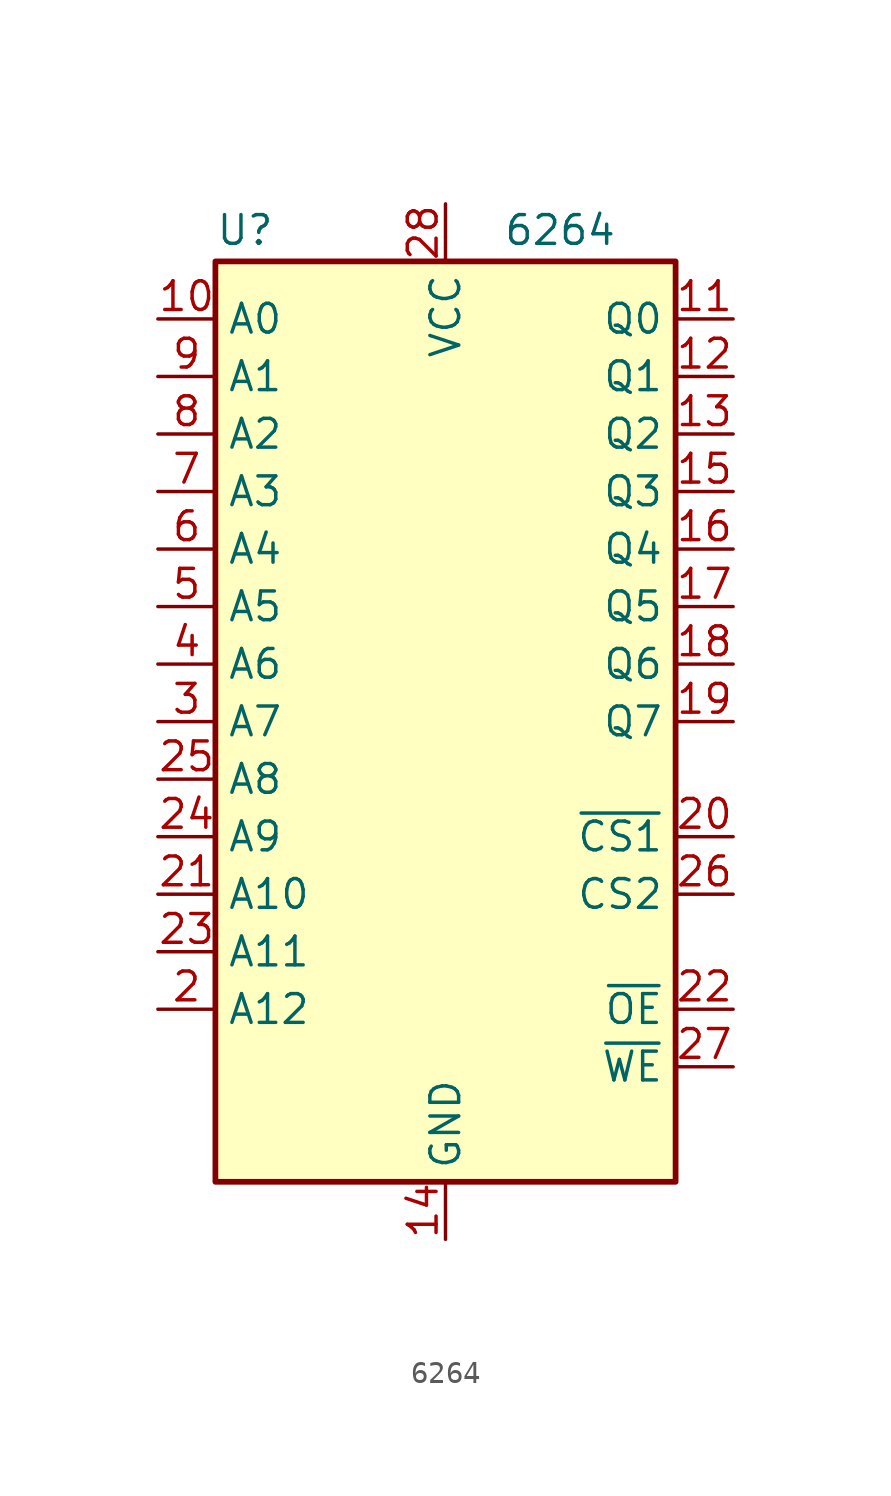
<source format=kicad_sym>
(kicad_symbol_lib
  (version 20211014)
  (generator kicad_symbol_editor)
  (symbol "6264"
    (property "Reference" "U"
      (at -10.16 20.955 0)
      (effects (font (size 1.27 1.27)) (justify left bottom)))
    (property "Value" "6264"
      (at 2.54 20.955 0)
      (effects (font (size 1.27 1.27)) (justify left bottom)))
    (symbol "6264_0_0"
      (pin power_in line (at 0 -22.86 90) (length 2.54) (name "GND" (effects (font (size 1.27 1.27)))) (number "14" (effects (font (size 1.27 1.27)))))
      (pin power_in line (at 0 22.86 270) (length 2.54) (name "VCC" (effects (font (size 1.27 1.27)))) (number "28" (effects (font (size 1.27 1.27))))))
    (symbol "6264_0_1"
      (rectangle (start -10.16 20.32) (end 10.16 -20.32) (stroke (width 0.254) (type default) (color 0 0 0 0)) (fill (type background))))
    (symbol "6264_1_1"
      (pin no_connect line (at -12.7 -17.78 0) (length 2.54) hide (name "NC" (effects (font (size 1.27 1.27)))) (number "1" (effects (font (size 1.27 1.27)))))
      (pin input line (at -12.7 17.78 0) (length 2.54) (name "A0" (effects (font (size 1.27 1.27)))) (number "10" (effects (font (size 1.27 1.27)))))
      (pin tri_state line (at 12.7 17.78 180) (length 2.54) (name "Q0" (effects (font (size 1.27 1.27)))) (number "11" (effects (font (size 1.27 1.27)))))
      (pin tri_state line (at 12.7 15.24 180) (length 2.54) (name "Q1" (effects (font (size 1.27 1.27)))) (number "12" (effects (font (size 1.27 1.27)))))
      (pin tri_state line (at 12.7 12.7 180) (length 2.54) (name "Q2" (effects (font (size 1.27 1.27)))) (number "13" (effects (font (size 1.27 1.27)))))
      (pin tri_state line (at 12.7 10.16 180) (length 2.54) (name "Q3" (effects (font (size 1.27 1.27)))) (number "15" (effects (font (size 1.27 1.27)))))
      (pin tri_state line (at 12.7 7.62 180) (length 2.54) (name "Q4" (effects (font (size 1.27 1.27)))) (number "16" (effects (font (size 1.27 1.27)))))
      (pin tri_state line (at 12.7 5.08 180) (length 2.54) (name "Q5" (effects (font (size 1.27 1.27)))) (number "17" (effects (font (size 1.27 1.27)))))
      (pin tri_state line (at 12.7 2.54 180) (length 2.54) (name "Q6" (effects (font (size 1.27 1.27)))) (number "18" (effects (font (size 1.27 1.27)))))
      (pin tri_state line (at 12.7 0 180) (length 2.54) (name "Q7" (effects (font (size 1.27 1.27)))) (number "19" (effects (font (size 1.27 1.27)))))
      (pin input line (at -12.7 -12.7 0) (length 2.54) (name "A12" (effects (font (size 1.27 1.27)))) (number "2" (effects (font (size 1.27 1.27)))))
      (pin input line (at 12.7 -5.08 180) (length 2.54) (name "~{CS1}" (effects (font (size 1.27 1.27)))) (number "20" (effects (font (size 1.27 1.27)))))
      (pin input line (at -12.7 -7.62 0) (length 2.54) (name "A10" (effects (font (size 1.27 1.27)))) (number "21" (effects (font (size 1.27 1.27)))))
      (pin input line (at 12.7 -12.7 180) (length 2.54) (name "~{OE}" (effects (font (size 1.27 1.27)))) (number "22" (effects (font (size 1.27 1.27)))))
      (pin input line (at -12.7 -10.16 0) (length 2.54) (name "A11" (effects (font (size 1.27 1.27)))) (number "23" (effects (font (size 1.27 1.27)))))
      (pin input line (at -12.7 -5.08 0) (length 2.54) (name "A9" (effects (font (size 1.27 1.27)))) (number "24" (effects (font (size 1.27 1.27)))))
      (pin input line (at -12.7 -2.54 0) (length 2.54) (name "A8" (effects (font (size 1.27 1.27)))) (number "25" (effects (font (size 1.27 1.27)))))
      (pin input line (at 12.7 -7.62 180) (length 2.54) (name "CS2" (effects (font (size 1.27 1.27)))) (number "26" (effects (font (size 1.27 1.27)))))
      (pin input line (at 12.7 -15.24 180) (length 2.54) (name "~{WE}" (effects (font (size 1.27 1.27)))) (number "27" (effects (font (size 1.27 1.27)))))
      (pin input line (at -12.7 0 0) (length 2.54) (name "A7" (effects (font (size 1.27 1.27)))) (number "3" (effects (font (size 1.27 1.27)))))
      (pin input line (at -12.7 2.54 0) (length 2.54) (name "A6" (effects (font (size 1.27 1.27)))) (number "4" (effects (font (size 1.27 1.27)))))
      (pin input line (at -12.7 5.08 0) (length 2.54) (name "A5" (effects (font (size 1.27 1.27)))) (number "5" (effects (font (size 1.27 1.27)))))
      (pin input line (at -12.7 7.62 0) (length 2.54) (name "A4" (effects (font (size 1.27 1.27)))) (number "6" (effects (font (size 1.27 1.27)))))
      (pin input line (at -12.7 10.16 0) (length 2.54) (name "A3" (effects (font (size 1.27 1.27)))) (number "7" (effects (font (size 1.27 1.27)))))
      (pin input line (at -12.7 12.7 0) (length 2.54) (name "A2" (effects (font (size 1.27 1.27)))) (number "8" (effects (font (size 1.27 1.27)))))
      (pin input line (at -12.7 15.24 0) (length 2.54) (name "A1" (effects (font (size 1.27 1.27)))) (number "9" (effects (font (size 1.27 1.27))))))))
</source>
